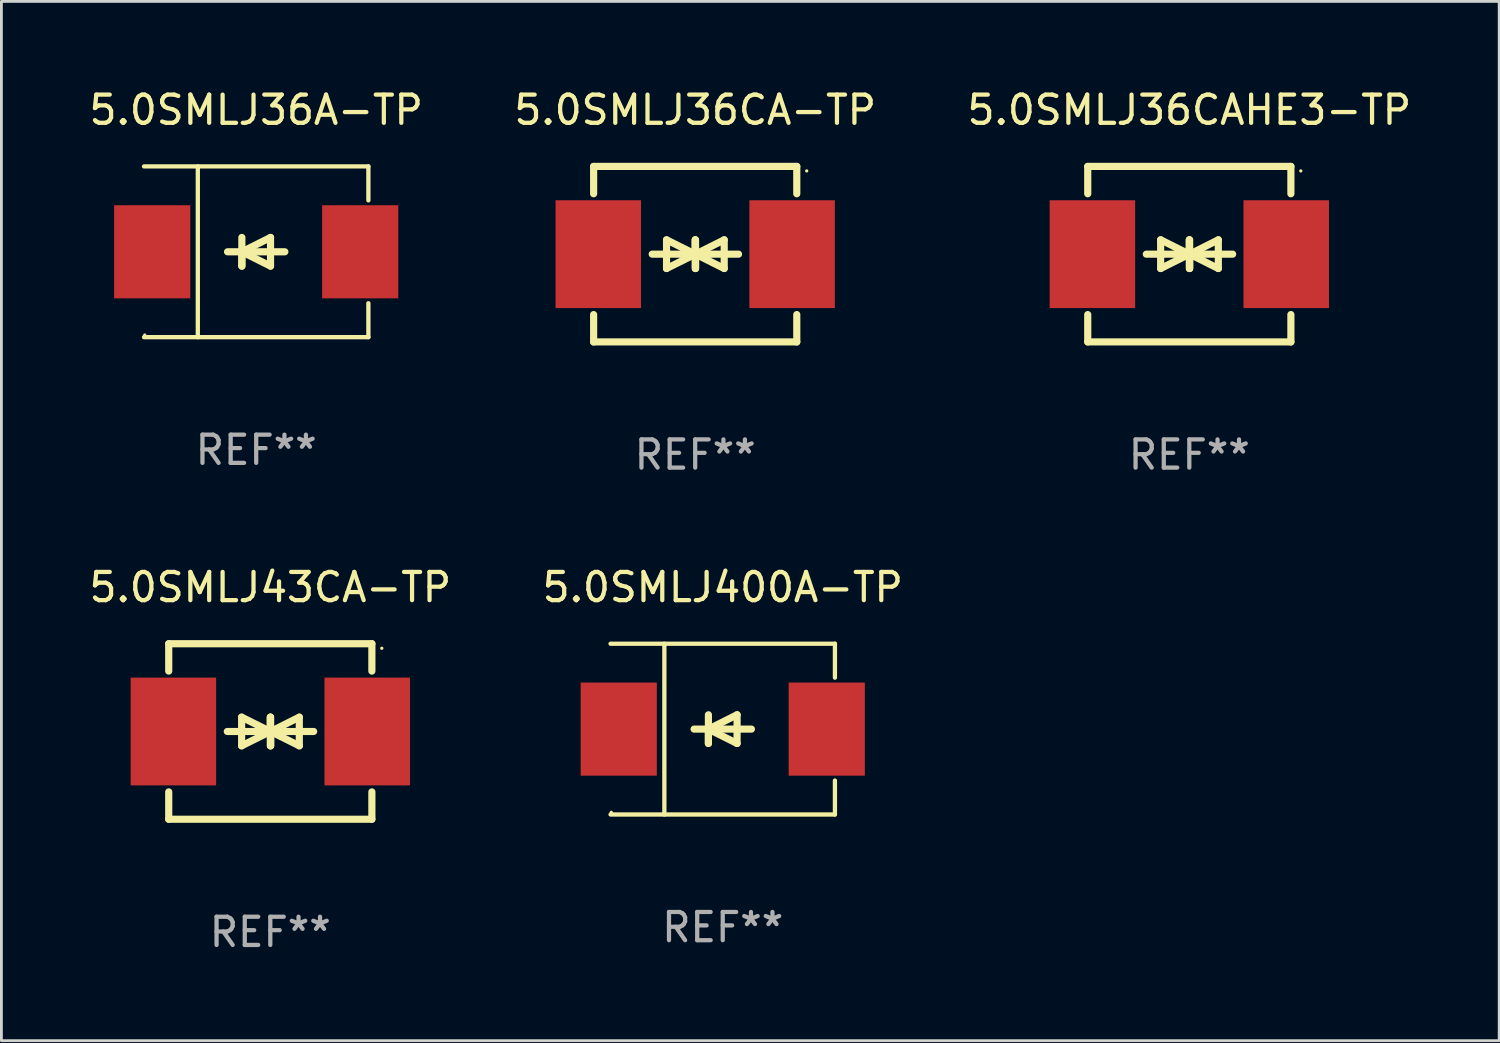
<source format=kicad_pcb>
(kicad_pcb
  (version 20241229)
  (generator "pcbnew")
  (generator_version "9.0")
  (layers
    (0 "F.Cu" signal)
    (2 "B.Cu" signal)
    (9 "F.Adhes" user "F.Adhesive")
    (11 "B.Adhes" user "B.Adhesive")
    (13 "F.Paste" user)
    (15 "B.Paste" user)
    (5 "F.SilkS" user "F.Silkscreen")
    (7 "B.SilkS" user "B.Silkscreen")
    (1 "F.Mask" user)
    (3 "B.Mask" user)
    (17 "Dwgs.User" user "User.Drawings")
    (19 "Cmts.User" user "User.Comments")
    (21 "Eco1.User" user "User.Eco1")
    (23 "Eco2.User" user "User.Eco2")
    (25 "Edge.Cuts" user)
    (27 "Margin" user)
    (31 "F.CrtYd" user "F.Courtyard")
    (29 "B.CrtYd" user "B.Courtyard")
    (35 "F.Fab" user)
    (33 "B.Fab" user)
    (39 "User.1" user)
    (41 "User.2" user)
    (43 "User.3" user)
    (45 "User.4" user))
  (footprint "5.0SMLJ36A-TP"
    (layer "F.Cu")
    (at 6.03 5.874)
    (property "Reference" "5.0SMLJ36A-TP" (at 0 -5.026 0) (layer "F.SilkS") (effects (font (size 1 1) (thickness 0.15))))
    (attr through_hole)
    (fp_line (start -3.976 -3.026) (end 3.976 -3.026) (stroke (width 0.152) (type solid)) (layer "F.SilkS"))
    (fp_line (start -3.976 3.026) (end 3.976 3.026) (stroke (width 0.152) (type solid)) (layer "F.SilkS"))
    (fp_line (start -2.069 -3.026) (end -2.069 3.026) (stroke (width 0.152) (type solid)) (layer "F.SilkS"))
    (fp_line (start -0.508 0) (end -0.508 0.508) (stroke (width 0.254) (type solid)) (layer "F.SilkS"))
    (fp_line (start -0.508 0) (end 0.508 0.508) (stroke (width 0.254) (type solid)) (layer "F.SilkS"))
    (fp_line (start -0.508 0.508) (end -0.508 -0.508) (stroke (width 0.254) (type solid)) (layer "F.SilkS"))
    (fp_line (start 0.508 -0.508) (end -0.508 0) (stroke (width 0.254) (type solid)) (layer "F.SilkS"))
    (fp_line (start 0.508 0.508) (end 0.508 -0.508) (stroke (width 0.254) (type solid)) (layer "F.SilkS"))
    (fp_line (start 1.016 0) (end -1.016 0) (stroke (width 0.254) (type solid)) (layer "F.SilkS"))
    (fp_line (start 3.976 -3.026) (end 3.976 -1.823) (stroke (width 0.152) (type solid)) (layer "F.SilkS"))
    (fp_line (start 3.976 3.026) (end 3.976 1.823) (stroke (width 0.152) (type solid)) (layer "F.SilkS"))
    (fp_circle (center -3.95 2.95) (end -3.92 2.95) (stroke (width 0.06) (type solid)) (fill no) (layer "F.SilkS"))
    (fp_text user "REF**" (at 0 7.026 0) (layer "F.Fab") (effects (font (size 1 1) (thickness 0.15))))
    (pad "1" smd rect (at -3.686 0) (size 2.7 3.3) (layers "F.Cu" "F.Mask" "F.Paste"))
    (pad "2" smd rect (at 3.686 0) (size 2.7 3.3) (layers "F.Cu" "F.Mask" "F.Paste")))
  (footprint "5.0SMLJ400A-TP"
    (layer "F.Cu")
    (at 22.565 22.791)
    (property "Reference" "5.0SMLJ400A-TP" (at 0 -5.026 0) (layer "F.SilkS") (effects (font (size 1 1) (thickness 0.15))))
    (attr through_hole)
    (fp_line (start -3.976 -3.026) (end 3.976 -3.026) (stroke (width 0.152) (type solid)) (layer "F.SilkS"))
    (fp_line (start -3.976 3.026) (end 3.976 3.026) (stroke (width 0.152) (type solid)) (layer "F.SilkS"))
    (fp_line (start -2.069 -3.026) (end -2.069 3.026) (stroke (width 0.152) (type solid)) (layer "F.SilkS"))
    (fp_line (start -0.508 0) (end -0.508 0.508) (stroke (width 0.254) (type solid)) (layer "F.SilkS"))
    (fp_line (start -0.508 0) (end 0.508 0.508) (stroke (width 0.254) (type solid)) (layer "F.SilkS"))
    (fp_line (start -0.508 0.508) (end -0.508 -0.508) (stroke (width 0.254) (type solid)) (layer "F.SilkS"))
    (fp_line (start 0.508 -0.508) (end -0.508 0) (stroke (width 0.254) (type solid)) (layer "F.SilkS"))
    (fp_line (start 0.508 0.508) (end 0.508 -0.508) (stroke (width 0.254) (type solid)) (layer "F.SilkS"))
    (fp_line (start 1.016 0) (end -1.016 0) (stroke (width 0.254) (type solid)) (layer "F.SilkS"))
    (fp_line (start 3.976 -3.026) (end 3.976 -1.823) (stroke (width 0.152) (type solid)) (layer "F.SilkS"))
    (fp_line (start 3.976 3.026) (end 3.976 1.823) (stroke (width 0.152) (type solid)) (layer "F.SilkS"))
    (fp_circle (center -3.95 2.95) (end -3.92 2.95) (stroke (width 0.06) (type solid)) (fill no) (layer "F.SilkS"))
    (fp_text user "REF**" (at 0 7.026 0) (layer "F.Fab") (effects (font (size 1 1) (thickness 0.15))))
    (pad "1" smd rect (at -3.686 0) (size 2.7 3.3) (layers "F.Cu" "F.Mask" "F.Paste"))
    (pad "2" smd rect (at 3.686 0) (size 2.7 3.3) (layers "F.Cu" "F.Mask" "F.Paste")))
  (footprint "5.0SMLJ36CA-TP"
    (layer "F.Cu")
    (at 21.589 5.958)
    (property "Reference" "5.0SMLJ36CA-TP" (at 0 -5.11 0) (layer "F.SilkS") (effects (font (size 1 1) (thickness 0.15))))
    (attr through_hole)
    (fp_line (start -3.6 -2.141) (end -3.6 -3.11) (stroke (width 0.254) (type solid)) (layer "F.SilkS"))
    (fp_line (start -3.6 3.11) (end -3.6 2.141) (stroke (width 0.254) (type solid)) (layer "F.SilkS"))
    (fp_line (start -1.524 0) (end 0.508 0) (stroke (width 0.254) (type solid)) (layer "F.SilkS"))
    (fp_line (start -1.016 -0.508) (end -1.016 0.508) (stroke (width 0.254) (type solid)) (layer "F.SilkS"))
    (fp_line (start -1.016 0.508) (end 0 0) (stroke (width 0.254) (type solid)) (layer "F.SilkS"))
    (fp_line (start 0 -0.508) (end 0 0.508) (stroke (width 0.254) (type solid)) (layer "F.SilkS"))
    (fp_line (start 0 0) (end -1.016 -0.508) (stroke (width 0.254) (type solid)) (layer "F.SilkS"))
    (fp_line (start 0 0) (end 0 -0.508) (stroke (width 0.254) (type solid)) (layer "F.SilkS"))
    (fp_line (start 0.012 0) (end 0.012 0.508) (stroke (width 0.254) (type solid)) (layer "F.SilkS"))
    (fp_line (start 0.012 0) (end 1.028 0.508) (stroke (width 0.254) (type solid)) (layer "F.SilkS"))
    (fp_line (start 0.012 0.508) (end 0.012 -0.508) (stroke (width 0.254) (type solid)) (layer "F.SilkS"))
    (fp_line (start 1.028 -0.508) (end 0.012 0) (stroke (width 0.254) (type solid)) (layer "F.SilkS"))
    (fp_line (start 1.028 0.508) (end 1.028 -0.508) (stroke (width 0.254) (type solid)) (layer "F.SilkS"))
    (fp_line (start 1.536 0) (end -0.496 0) (stroke (width 0.254) (type solid)) (layer "F.SilkS"))
    (fp_line (start 3.6 -3.11) (end -3.6 -3.11) (stroke (width 0.254) (type solid)) (layer "F.SilkS"))
    (fp_line (start 3.6 -2.141) (end 3.6 -3.11) (stroke (width 0.254) (type solid)) (layer "F.SilkS"))
    (fp_line (start 3.6 3.11) (end -3.6 3.11) (stroke (width 0.254) (type solid)) (layer "F.SilkS"))
    (fp_line (start 3.6 3.11) (end 3.6 2.141) (stroke (width 0.254) (type solid)) (layer "F.SilkS"))
    (fp_circle (center 3.952 -2.95) (end 3.982 -2.95) (stroke (width 0.06) (type solid)) (fill no) (layer "F.SilkS"))
    (fp_text user "REF**" (at 0 7.11 0) (layer "F.Fab") (effects (font (size 1 1) (thickness 0.15))))
    (pad "1" smd rect (at 3.435 0) (size 3.03 3.82) (layers "F.Cu" "F.Mask" "F.Paste"))
    (pad "2" smd rect (at -3.435 0) (size 3.03 3.82) (layers "F.Cu" "F.Mask" "F.Paste")))
  (footprint "5.0SMLJ36CAHE3-TP"
    (layer "F.Cu")
    (at 39.101 5.958)
    (property "Reference" "5.0SMLJ36CAHE3-TP" (at 0 -5.11 0) (layer "F.SilkS") (effects (font (size 1 1) (thickness 0.15))))
    (attr through_hole)
    (fp_line (start -3.6 -2.141) (end -3.6 -3.11) (stroke (width 0.254) (type solid)) (layer "F.SilkS"))
    (fp_line (start -3.6 3.11) (end -3.6 2.141) (stroke (width 0.254) (type solid)) (layer "F.SilkS"))
    (fp_line (start -1.524 0) (end 0.508 0) (stroke (width 0.254) (type solid)) (layer "F.SilkS"))
    (fp_line (start -1.016 -0.508) (end -1.016 0.508) (stroke (width 0.254) (type solid)) (layer "F.SilkS"))
    (fp_line (start -1.016 0.508) (end 0 0) (stroke (width 0.254) (type solid)) (layer "F.SilkS"))
    (fp_line (start 0 -0.508) (end 0 0.508) (stroke (width 0.254) (type solid)) (layer "F.SilkS"))
    (fp_line (start 0 0) (end -1.016 -0.508) (stroke (width 0.254) (type solid)) (layer "F.SilkS"))
    (fp_line (start 0 0) (end 0 -0.508) (stroke (width 0.254) (type solid)) (layer "F.SilkS"))
    (fp_line (start 0.012 0) (end 0.012 0.508) (stroke (width 0.254) (type solid)) (layer "F.SilkS"))
    (fp_line (start 0.012 0) (end 1.028 0.508) (stroke (width 0.254) (type solid)) (layer "F.SilkS"))
    (fp_line (start 0.012 0.508) (end 0.012 -0.508) (stroke (width 0.254) (type solid)) (layer "F.SilkS"))
    (fp_line (start 1.028 -0.508) (end 0.012 0) (stroke (width 0.254) (type solid)) (layer "F.SilkS"))
    (fp_line (start 1.028 0.508) (end 1.028 -0.508) (stroke (width 0.254) (type solid)) (layer "F.SilkS"))
    (fp_line (start 1.536 0) (end -0.496 0) (stroke (width 0.254) (type solid)) (layer "F.SilkS"))
    (fp_line (start 3.6 -3.11) (end -3.6 -3.11) (stroke (width 0.254) (type solid)) (layer "F.SilkS"))
    (fp_line (start 3.6 -2.141) (end 3.6 -3.11) (stroke (width 0.254) (type solid)) (layer "F.SilkS"))
    (fp_line (start 3.6 3.11) (end -3.6 3.11) (stroke (width 0.254) (type solid)) (layer "F.SilkS"))
    (fp_line (start 3.6 3.11) (end 3.6 2.141) (stroke (width 0.254) (type solid)) (layer "F.SilkS"))
    (fp_circle (center 3.952 -2.95) (end 3.982 -2.95) (stroke (width 0.06) (type solid)) (fill no) (layer "F.SilkS"))
    (fp_text user "REF**" (at 0 7.11 0) (layer "F.Fab") (effects (font (size 1 1) (thickness 0.15))))
    (pad "1" smd rect (at 3.435 0) (size 3.03 3.82) (layers "F.Cu" "F.Mask" "F.Paste"))
    (pad "2" smd rect (at -3.435 0) (size 3.03 3.82) (layers "F.Cu" "F.Mask" "F.Paste")))
  (footprint "5.0SMLJ43CA-TP"
    (layer "F.Cu")
    (at 6.53 22.875)
    (property "Reference" "5.0SMLJ43CA-TP" (at 0 -5.11 0) (layer "F.SilkS") (effects (font (size 1 1) (thickness 0.15))))
    (attr through_hole)
    (fp_line (start -3.6 -2.141) (end -3.6 -3.11) (stroke (width 0.254) (type solid)) (layer "F.SilkS"))
    (fp_line (start -3.6 3.11) (end -3.6 2.141) (stroke (width 0.254) (type solid)) (layer "F.SilkS"))
    (fp_line (start -1.524 0) (end 0.508 0) (stroke (width 0.254) (type solid)) (layer "F.SilkS"))
    (fp_line (start -1.016 -0.508) (end -1.016 0.508) (stroke (width 0.254) (type solid)) (layer "F.SilkS"))
    (fp_line (start -1.016 0.508) (end 0 0) (stroke (width 0.254) (type solid)) (layer "F.SilkS"))
    (fp_line (start 0 -0.508) (end 0 0.508) (stroke (width 0.254) (type solid)) (layer "F.SilkS"))
    (fp_line (start 0 0) (end -1.016 -0.508) (stroke (width 0.254) (type solid)) (layer "F.SilkS"))
    (fp_line (start 0 0) (end 0 -0.508) (stroke (width 0.254) (type solid)) (layer "F.SilkS"))
    (fp_line (start 0.012 0) (end 0.012 0.508) (stroke (width 0.254) (type solid)) (layer "F.SilkS"))
    (fp_line (start 0.012 0) (end 1.028 0.508) (stroke (width 0.254) (type solid)) (layer "F.SilkS"))
    (fp_line (start 0.012 0.508) (end 0.012 -0.508) (stroke (width 0.254) (type solid)) (layer "F.SilkS"))
    (fp_line (start 1.028 -0.508) (end 0.012 0) (stroke (width 0.254) (type solid)) (layer "F.SilkS"))
    (fp_line (start 1.028 0.508) (end 1.028 -0.508) (stroke (width 0.254) (type solid)) (layer "F.SilkS"))
    (fp_line (start 1.536 0) (end -0.496 0) (stroke (width 0.254) (type solid)) (layer "F.SilkS"))
    (fp_line (start 3.6 -3.11) (end -3.6 -3.11) (stroke (width 0.254) (type solid)) (layer "F.SilkS"))
    (fp_line (start 3.6 -2.141) (end 3.6 -3.11) (stroke (width 0.254) (type solid)) (layer "F.SilkS"))
    (fp_line (start 3.6 3.11) (end -3.6 3.11) (stroke (width 0.254) (type solid)) (layer "F.SilkS"))
    (fp_line (start 3.6 3.11) (end 3.6 2.141) (stroke (width 0.254) (type solid)) (layer "F.SilkS"))
    (fp_circle (center 3.952 -2.95) (end 3.982 -2.95) (stroke (width 0.06) (type solid)) (fill no) (layer "F.SilkS"))
    (fp_text user "REF**" (at 0 7.11 0) (layer "F.Fab") (effects (font (size 1 1) (thickness 0.15))))
    (pad "1" smd rect (at 3.435 0) (size 3.03 3.82) (layers "F.Cu" "F.Mask" "F.Paste"))
    (pad "2" smd rect (at -3.435 0) (size 3.03 3.82) (layers "F.Cu" "F.Mask" "F.Paste")))
  (gr_rect
    (start -3 -3)
    (end 50.083 33.833)
    (stroke (width 0.1) (type default))
    (fill no)
    (layer "Edge.Cuts")))
</source>
